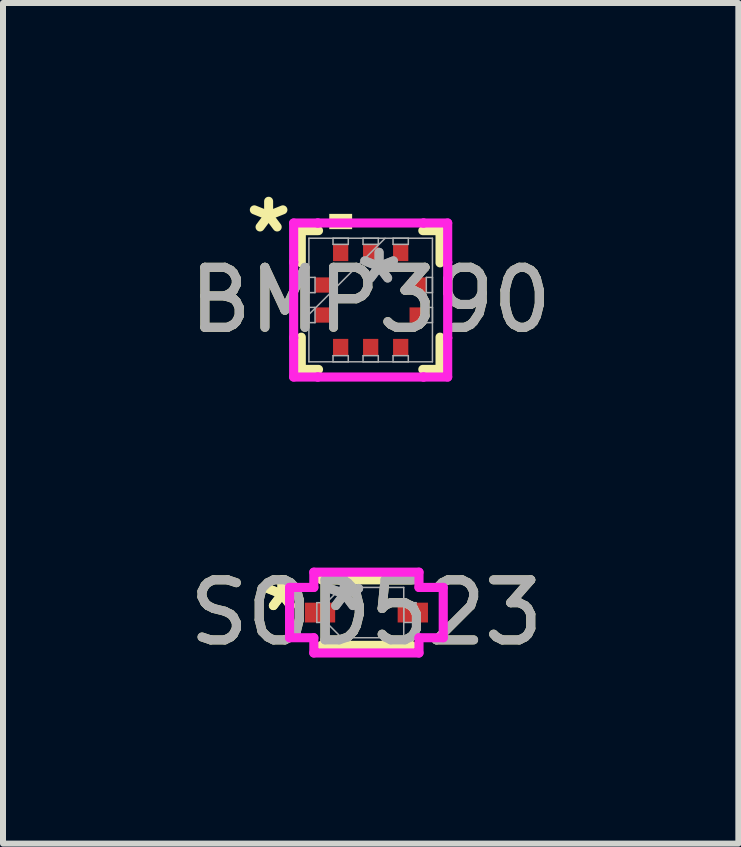
<source format=kicad_pcb>
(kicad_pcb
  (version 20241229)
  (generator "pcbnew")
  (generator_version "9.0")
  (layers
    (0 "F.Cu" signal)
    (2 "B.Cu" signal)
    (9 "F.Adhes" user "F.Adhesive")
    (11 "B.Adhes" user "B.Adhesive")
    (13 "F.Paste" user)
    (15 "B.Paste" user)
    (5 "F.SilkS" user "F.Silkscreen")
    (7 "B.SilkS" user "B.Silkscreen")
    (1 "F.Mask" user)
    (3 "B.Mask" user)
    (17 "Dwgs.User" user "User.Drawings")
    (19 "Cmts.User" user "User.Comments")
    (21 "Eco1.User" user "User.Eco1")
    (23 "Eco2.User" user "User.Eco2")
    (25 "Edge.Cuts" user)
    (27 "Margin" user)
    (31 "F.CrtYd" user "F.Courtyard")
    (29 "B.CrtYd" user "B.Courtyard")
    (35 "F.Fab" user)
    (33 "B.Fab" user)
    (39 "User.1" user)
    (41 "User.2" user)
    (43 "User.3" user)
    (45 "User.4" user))
  (footprint "BMP390"
    (layer "F.Cu")
    (at 3.125 1.948)
    (property "Reference" "BMP390" (at 0 0 0) (unlocked yes) (layer "F.SilkS") (effects (font (size 1 1) (thickness 0.15))))
    (attr smd)
    (fp_line (start -1.156 -1.156) (end -1.156 -0.619) (stroke (width 0.152) (type solid)) (layer "F.SilkS"))
    (fp_line (start -1.156 0.619) (end -1.156 1.156) (stroke (width 0.152) (type solid)) (layer "F.SilkS"))
    (fp_line (start -1.156 1.156) (end -0.869 1.156) (stroke (width 0.152) (type solid)) (layer "F.SilkS"))
    (fp_line (start -0.869 -1.156) (end -1.156 -1.156) (stroke (width 0.152) (type solid)) (layer "F.SilkS"))
    (fp_line (start 0.869 1.156) (end 1.156 1.156) (stroke (width 0.152) (type solid)) (layer "F.SilkS"))
    (fp_line (start 1.156 -1.156) (end 0.869 -1.156) (stroke (width 0.152) (type solid)) (layer "F.SilkS"))
    (fp_line (start 1.156 -0.619) (end 1.156 -1.156) (stroke (width 0.152) (type solid)) (layer "F.SilkS"))
    (fp_line (start 1.156 1.156) (end 1.156 0.619) (stroke (width 0.152) (type solid)) (layer "F.SilkS"))
    (fp_poly (pts (xy -0.69 -1.181) (xy -0.69 -1.435) (xy -0.309 -1.435) (xy -0.309 -1.181)) (stroke (width 0) (type solid)) (fill yes) (layer "F.SilkS"))
    (fp_line (start -1.283 -1.283) (end -0.881 -1.283) (stroke (width 0.152) (type solid)) (layer "F.CrtYd"))
    (fp_line (start -1.283 -0.631) (end -1.283 -1.283) (stroke (width 0.152) (type solid)) (layer "F.CrtYd"))
    (fp_line (start -1.283 -0.631) (end -1.283 -0.631) (stroke (width 0.152) (type solid)) (layer "F.CrtYd"))
    (fp_line (start -1.283 0.631) (end -1.283 -0.631) (stroke (width 0.152) (type solid)) (layer "F.CrtYd"))
    (fp_line (start -1.283 0.631) (end -1.283 0.631) (stroke (width 0.152) (type solid)) (layer "F.CrtYd"))
    (fp_line (start -1.283 1.283) (end -1.283 0.631) (stroke (width 0.152) (type solid)) (layer "F.CrtYd"))
    (fp_line (start -0.881 -1.283) (end -0.881 -1.283) (stroke (width 0.152) (type solid)) (layer "F.CrtYd"))
    (fp_line (start -0.881 -1.283) (end 0.881 -1.283) (stroke (width 0.152) (type solid)) (layer "F.CrtYd"))
    (fp_line (start -0.881 1.283) (end -1.283 1.283) (stroke (width 0.152) (type solid)) (layer "F.CrtYd"))
    (fp_line (start -0.881 1.283) (end -0.881 1.283) (stroke (width 0.152) (type solid)) (layer "F.CrtYd"))
    (fp_line (start 0.881 -1.283) (end 0.881 -1.283) (stroke (width 0.152) (type solid)) (layer "F.CrtYd"))
    (fp_line (start 0.881 -1.283) (end 1.283 -1.283) (stroke (width 0.152) (type solid)) (layer "F.CrtYd"))
    (fp_line (start 0.881 1.283) (end -0.881 1.283) (stroke (width 0.152) (type solid)) (layer "F.CrtYd"))
    (fp_line (start 0.881 1.283) (end 0.881 1.283) (stroke (width 0.152) (type solid)) (layer "F.CrtYd"))
    (fp_line (start 1.283 -1.283) (end 1.283 -0.631) (stroke (width 0.152) (type solid)) (layer "F.CrtYd"))
    (fp_line (start 1.283 -0.631) (end 1.283 -0.631) (stroke (width 0.152) (type solid)) (layer "F.CrtYd"))
    (fp_line (start 1.283 -0.631) (end 1.283 0.631) (stroke (width 0.152) (type solid)) (layer "F.CrtYd"))
    (fp_line (start 1.283 0.631) (end 1.283 0.631) (stroke (width 0.152) (type solid)) (layer "F.CrtYd"))
    (fp_line (start 1.283 0.631) (end 1.283 1.283) (stroke (width 0.152) (type solid)) (layer "F.CrtYd"))
    (fp_line (start 1.283 1.283) (end 0.881 1.283) (stroke (width 0.152) (type solid)) (layer "F.CrtYd"))
    (fp_line (start -1.029 -1.029) (end -1.029 1.029) (stroke (width 0.025) (type solid)) (layer "F.Fab"))
    (fp_line (start -1.029 -0.377) (end -0.927 -0.377) (stroke (width 0.025) (type solid)) (layer "F.Fab"))
    (fp_line (start -1.029 -0.123) (end -1.029 -0.377) (stroke (width 0.025) (type solid)) (layer "F.Fab"))
    (fp_line (start -1.029 0.123) (end -0.927 0.123) (stroke (width 0.025) (type solid)) (layer "F.Fab"))
    (fp_line (start -1.029 0.241) (end 0.241 -1.029) (stroke (width 0.025) (type solid)) (layer "F.Fab"))
    (fp_line (start -1.029 0.377) (end -1.029 0.123) (stroke (width 0.025) (type solid)) (layer "F.Fab"))
    (fp_line (start -1.029 1.029) (end 1.029 1.029) (stroke (width 0.025) (type solid)) (layer "F.Fab"))
    (fp_line (start -0.927 -0.377) (end -0.927 -0.123) (stroke (width 0.025) (type solid)) (layer "F.Fab"))
    (fp_line (start -0.927 -0.123) (end -1.029 -0.123) (stroke (width 0.025) (type solid)) (layer "F.Fab"))
    (fp_line (start -0.927 0.123) (end -0.927 0.377) (stroke (width 0.025) (type solid)) (layer "F.Fab"))
    (fp_line (start -0.927 0.377) (end -1.029 0.377) (stroke (width 0.025) (type solid)) (layer "F.Fab"))
    (fp_line (start -0.627 -1.029) (end -0.373 -1.029) (stroke (width 0.025) (type solid)) (layer "F.Fab"))
    (fp_line (start -0.627 -0.927) (end -0.627 -1.029) (stroke (width 0.025) (type solid)) (layer "F.Fab"))
    (fp_line (start -0.627 0.927) (end -0.373 0.927) (stroke (width 0.025) (type solid)) (layer "F.Fab"))
    (fp_line (start -0.627 1.029) (end -0.627 0.927) (stroke (width 0.025) (type solid)) (layer "F.Fab"))
    (fp_line (start -0.373 -1.029) (end -0.373 -0.927) (stroke (width 0.025) (type solid)) (layer "F.Fab"))
    (fp_line (start -0.373 -0.927) (end -0.627 -0.927) (stroke (width 0.025) (type solid)) (layer "F.Fab"))
    (fp_line (start -0.373 0.927) (end -0.373 1.029) (stroke (width 0.025) (type solid)) (layer "F.Fab"))
    (fp_line (start -0.373 1.029) (end -0.627 1.029) (stroke (width 0.025) (type solid)) (layer "F.Fab"))
    (fp_line (start -0.127 -1.029) (end 0.127 -1.029) (stroke (width 0.025) (type solid)) (layer "F.Fab"))
    (fp_line (start -0.127 -0.927) (end -0.127 -1.029) (stroke (width 0.025) (type solid)) (layer "F.Fab"))
    (fp_line (start -0.127 0.927) (end 0.127 0.927) (stroke (width 0.025) (type solid)) (layer "F.Fab"))
    (fp_line (start -0.127 1.029) (end -0.127 0.927) (stroke (width 0.025) (type solid)) (layer "F.Fab"))
    (fp_line (start 0.127 -1.029) (end 0.127 -0.927) (stroke (width 0.025) (type solid)) (layer "F.Fab"))
    (fp_line (start 0.127 -0.927) (end -0.127 -0.927) (stroke (width 0.025) (type solid)) (layer "F.Fab"))
    (fp_line (start 0.127 0.927) (end 0.127 1.029) (stroke (width 0.025) (type solid)) (layer "F.Fab"))
    (fp_line (start 0.127 1.029) (end -0.127 1.029) (stroke (width 0.025) (type solid)) (layer "F.Fab"))
    (fp_line (start 0.373 -1.029) (end 0.627 -1.029) (stroke (width 0.025) (type solid)) (layer "F.Fab"))
    (fp_line (start 0.373 -0.927) (end 0.373 -1.029) (stroke (width 0.025) (type solid)) (layer "F.Fab"))
    (fp_line (start 0.373 0.927) (end 0.627 0.927) (stroke (width 0.025) (type solid)) (layer "F.Fab"))
    (fp_line (start 0.373 1.029) (end 0.373 0.927) (stroke (width 0.025) (type solid)) (layer "F.Fab"))
    (fp_line (start 0.627 -1.029) (end 0.627 -0.927) (stroke (width 0.025) (type solid)) (layer "F.Fab"))
    (fp_line (start 0.627 -0.927) (end 0.373 -0.927) (stroke (width 0.025) (type solid)) (layer "F.Fab"))
    (fp_line (start 0.627 0.927) (end 0.627 1.029) (stroke (width 0.025) (type solid)) (layer "F.Fab"))
    (fp_line (start 0.627 1.029) (end 0.373 1.029) (stroke (width 0.025) (type solid)) (layer "F.Fab"))
    (fp_line (start 0.927 -0.377) (end 1.029 -0.377) (stroke (width 0.025) (type solid)) (layer "F.Fab"))
    (fp_line (start 0.927 -0.123) (end 0.927 -0.377) (stroke (width 0.025) (type solid)) (layer "F.Fab"))
    (fp_line (start 0.927 0.123) (end 1.029 0.123) (stroke (width 0.025) (type solid)) (layer "F.Fab"))
    (fp_line (start 0.927 0.377) (end 0.927 0.123) (stroke (width 0.025) (type solid)) (layer "F.Fab"))
    (fp_line (start 1.029 -1.029) (end -1.029 -1.029) (stroke (width 0.025) (type solid)) (layer "F.Fab"))
    (fp_line (start 1.029 -0.377) (end 1.029 -0.123) (stroke (width 0.025) (type solid)) (layer "F.Fab"))
    (fp_line (start 1.029 -0.123) (end 0.927 -0.123) (stroke (width 0.025) (type solid)) (layer "F.Fab"))
    (fp_line (start 1.029 0.123) (end 1.029 0.377) (stroke (width 0.025) (type solid)) (layer "F.Fab"))
    (fp_line (start 1.029 0.377) (end 0.927 0.377) (stroke (width 0.025) (type solid)) (layer "F.Fab"))
    (fp_line (start 1.029 1.029) (end 1.029 -1.029) (stroke (width 0.025) (type solid)) (layer "F.Fab"))
    (fp_text user "*" (at -1.7 -1.1 0) (unlocked yes) (layer "F.SilkS") (effects (font (size 1 1) (thickness 0.15))))
    (fp_text user "${REFERENCE}" (at 0 0 0) (unlocked yes) (layer "F.Fab") (effects (font (size 1 1) (thickness 0.15))))
    (fp_text user "*" (at 0.14 -0.25 0) (layer "F.Fab") (effects (font (size 1 1) (thickness 0.15))))
    (fp_text user "*" (at 0.14 -0.25 0) (unlocked yes) (layer "F.Fab") (effects (font (size 1 1) (thickness 0.15))))
    (pad "1" smd rect (at -0.787 -0.25 90) (size 0.254 0.279) (layers "F.Cu" "F.Mask" "F.Paste"))
    (pad "2" smd rect (at -0.787 0.25 90) (size 0.254 0.279) (layers "F.Cu" "F.Mask" "F.Paste"))
    (pad "3" smd rect (at -0.5 0.787) (size 0.254 0.279) (layers "F.Cu" "F.Mask" "F.Paste"))
    (pad "4" smd rect (at 0 0.787) (size 0.254 0.279) (layers "F.Cu" "F.Mask" "F.Paste"))
    (pad "5" smd rect (at 0.5 0.787) (size 0.254 0.279) (layers "F.Cu" "F.Mask" "F.Paste"))
    (pad "6" smd rect (at 0.787 0.25 90) (size 0.254 0.279) (layers "F.Cu" "F.Mask" "F.Paste"))
    (pad "7" smd rect (at 0.787 -0.25 90) (size 0.254 0.279) (layers "F.Cu" "F.Mask" "F.Paste"))
    (pad "8" smd rect (at 0.5 -0.787) (size 0.254 0.279) (layers "F.Cu" "F.Mask" "F.Paste"))
    (pad "9" smd rect (at 0 -0.787) (size 0.254 0.279) (layers "F.Cu" "F.Mask" "F.Paste"))
    (pad "10" smd rect (at -0.5 -0.787) (size 0.254 0.279) (layers "F.Cu" "F.Mask" "F.Paste")))
  (footprint "SOD523"
    (layer "F.Cu")
    (at 3.054 7.155)
    (property "Reference" "SOD523" (at 0 0 0) (unlocked yes) (layer "F.SilkS") (effects (font (size 1 1) (thickness 0.15))))
    (attr smd)
    (fp_line (start -0.749 0.546) (end 0.749 0.546) (stroke (width 0.152) (type solid)) (layer "F.SilkS"))
    (fp_line (start 0.749 -0.546) (end -0.749 -0.546) (stroke (width 0.152) (type solid)) (layer "F.SilkS"))
    (fp_line (start -1.28 -0.419) (end -0.876 -0.419) (stroke (width 0.152) (type solid)) (layer "F.CrtYd"))
    (fp_line (start -1.28 0.419) (end -1.28 -0.419) (stroke (width 0.152) (type solid)) (layer "F.CrtYd"))
    (fp_line (start -0.876 -0.673) (end 0.876 -0.673) (stroke (width 0.152) (type solid)) (layer "F.CrtYd"))
    (fp_line (start -0.876 -0.419) (end -0.876 -0.673) (stroke (width 0.152) (type solid)) (layer "F.CrtYd"))
    (fp_line (start -0.876 0.419) (end -1.28 0.419) (stroke (width 0.152) (type solid)) (layer "F.CrtYd"))
    (fp_line (start -0.876 0.673) (end -0.876 0.419) (stroke (width 0.152) (type solid)) (layer "F.CrtYd"))
    (fp_line (start 0.876 -0.673) (end 0.876 -0.419) (stroke (width 0.152) (type solid)) (layer "F.CrtYd"))
    (fp_line (start 0.876 -0.419) (end 1.28 -0.419) (stroke (width 0.152) (type solid)) (layer "F.CrtYd"))
    (fp_line (start 0.876 0.419) (end 0.876 0.673) (stroke (width 0.152) (type solid)) (layer "F.CrtYd"))
    (fp_line (start 0.876 0.673) (end -0.876 0.673) (stroke (width 0.152) (type solid)) (layer "F.CrtYd"))
    (fp_line (start 1.28 -0.419) (end 1.28 0.419) (stroke (width 0.152) (type solid)) (layer "F.CrtYd"))
    (fp_line (start 1.28 0.419) (end 0.876 0.419) (stroke (width 0.152) (type solid)) (layer "F.CrtYd"))
    (fp_line (start -0.826 -0.165) (end -0.826 0.165) (stroke (width 0.025) (type solid)) (layer "F.Fab"))
    (fp_line (start -0.826 0.165) (end -0.622 0.165) (stroke (width 0.025) (type solid)) (layer "F.Fab"))
    (fp_line (start -0.622 -0.419) (end -0.622 0.419) (stroke (width 0.025) (type solid)) (layer "F.Fab"))
    (fp_line (start -0.622 -0.21) (end -0.413 -0.419) (stroke (width 0.025) (type solid)) (layer "F.Fab"))
    (fp_line (start -0.622 -0.165) (end -0.826 -0.165) (stroke (width 0.025) (type solid)) (layer "F.Fab"))
    (fp_line (start -0.622 0.165) (end -0.622 -0.165) (stroke (width 0.025) (type solid)) (layer "F.Fab"))
    (fp_line (start -0.622 0.21) (end -0.413 0.419) (stroke (width 0.025) (type solid)) (layer "F.Fab"))
    (fp_line (start -0.622 0.419) (end 0.622 0.419) (stroke (width 0.025) (type solid)) (layer "F.Fab"))
    (fp_line (start 0.622 -0.419) (end -0.622 -0.419) (stroke (width 0.025) (type solid)) (layer "F.Fab"))
    (fp_line (start 0.622 -0.165) (end 0.622 0.165) (stroke (width 0.025) (type solid)) (layer "F.Fab"))
    (fp_line (start 0.622 0.165) (end 0.826 0.165) (stroke (width 0.025) (type solid)) (layer "F.Fab"))
    (fp_line (start 0.622 0.419) (end 0.622 -0.419) (stroke (width 0.025) (type solid)) (layer "F.Fab"))
    (fp_line (start 0.826 -0.165) (end 0.622 -0.165) (stroke (width 0.025) (type solid)) (layer "F.Fab"))
    (fp_line (start 0.826 0.165) (end 0.826 -0.165) (stroke (width 0.025) (type solid)) (layer "F.Fab"))
    (fp_text user "*" (at -1.407 0 0) (layer "F.SilkS") (effects (font (size 1 1) (thickness 0.15))))
    (fp_text user "*" (at -1.407 0 0) (unlocked yes) (layer "F.SilkS") (effects (font (size 1 1) (thickness 0.15))))
    (fp_text user "*" (at -0.368 0 0) (unlocked yes) (layer "F.Fab") (effects (font (size 1 1) (thickness 0.15))))
    (fp_text user "${REFERENCE}" (at 0 0 0) (unlocked yes) (layer "F.Fab") (effects (font (size 1 1) (thickness 0.15))))
    (fp_text user "*" (at -0.368 0 0) (layer "F.Fab") (effects (font (size 1 1) (thickness 0.15))))
    (pad "1" smd rect (at -0.773 0) (size 0.505 0.33) (layers "F.Cu" "F.Mask" "F.Paste"))
    (pad "2" smd rect (at 0.773 0) (size 0.505 0.33) (layers "F.Cu" "F.Mask" "F.Paste"))
    (zone (net_name "") (layer "F.Cu") (hatch full 0.508) (connect_pads) (min_thickness 0.254) (filled_areas_thickness no) (keepout (tracks not_allowed) (vias not_allowed) (pads allowed) (copperpour not_allowed) (footprints allowed)) (placement (enabled no)) (fill) (polygon (pts (xy 2.584 6.787) (xy 3.523 6.787) (xy 3.523 7.524) (xy 2.584 7.524)))))
  (gr_rect
    (start -3 -3)
    (end 9.25 11.004)
    (stroke (width 0.1) (type default))
    (fill no)
    (layer "Edge.Cuts")))
</source>
